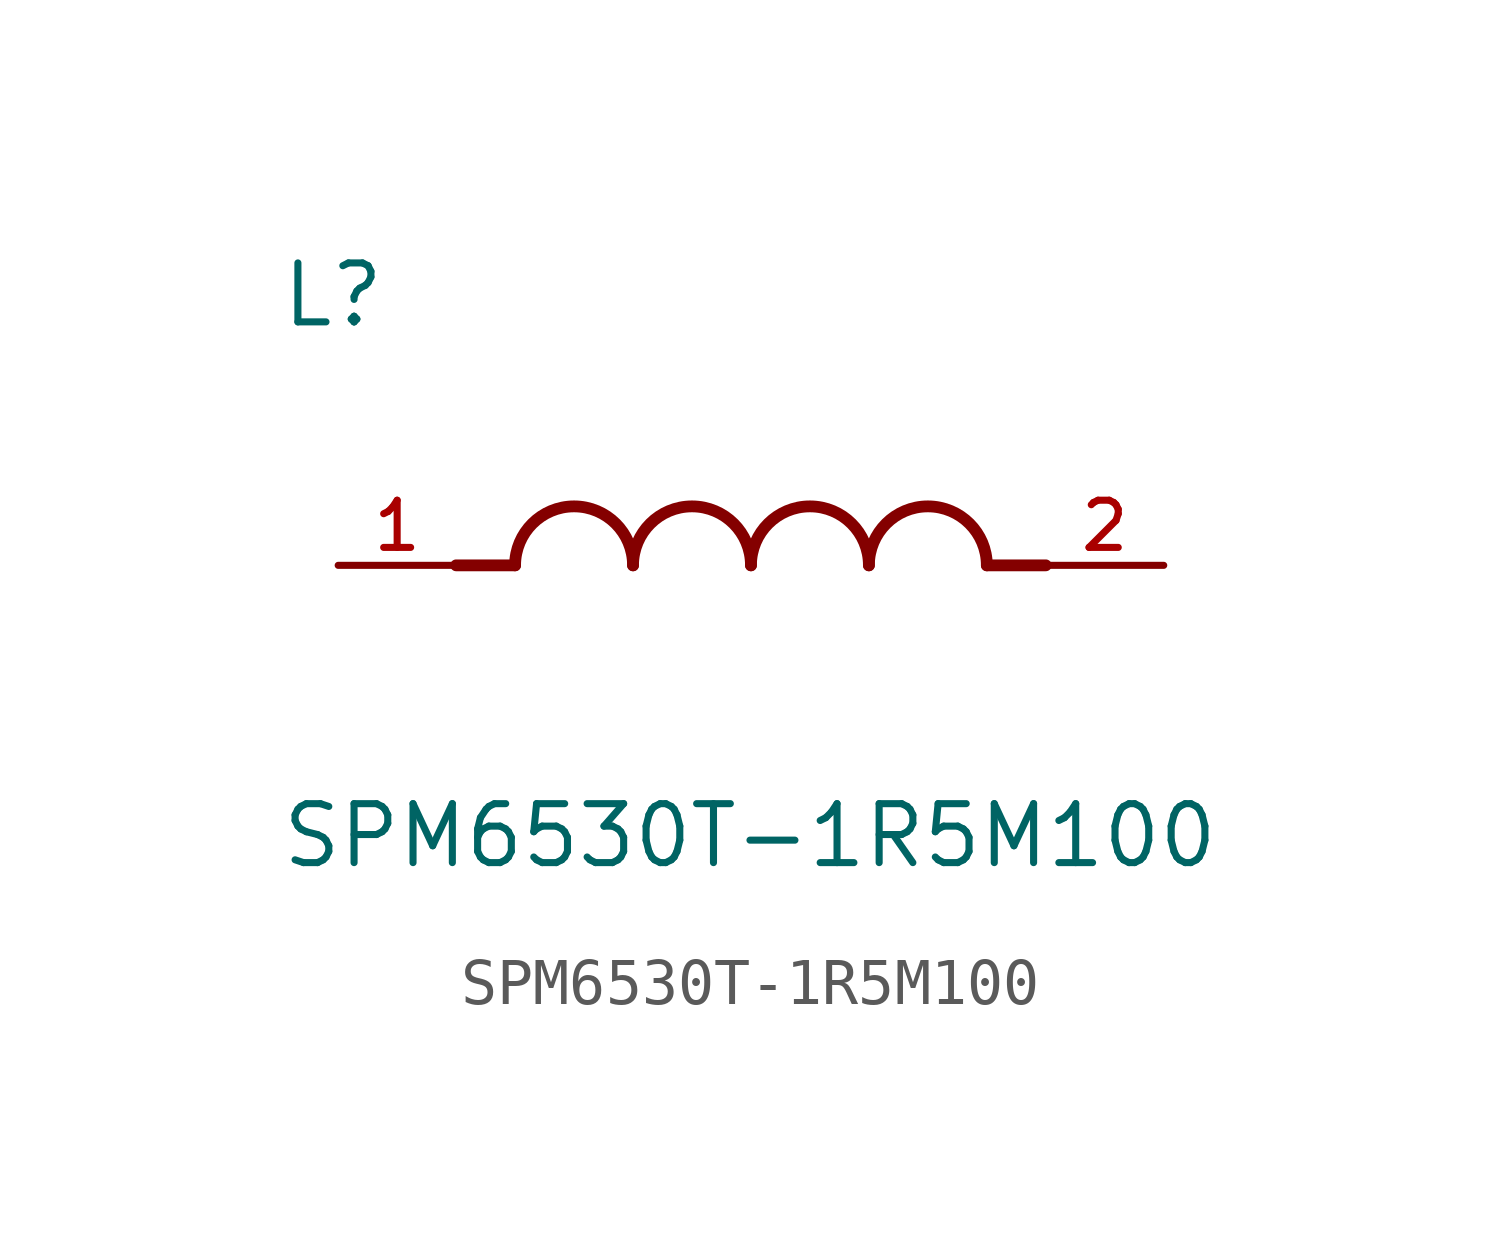
<source format=kicad_sym>
(kicad_symbol_lib
  (version 20241209)
  (generator "kicad_symbol_editor")
  (generator_version "9.0")
  (symbol "SPM6530T-1R5M100"
    (pin_names
      (offset 1.016))
    (property "Reference" "L"
      (at -10.16 5.08 0)
      (effects (font (size 1.27 1.27)) (justify left bottom)))
    (property "Value" "SPM6530T-1R5M100"
      (at -10.16 -5.08 0)
      (effects (font (size 1.27 1.27)) (justify left top)))
    (symbol "SPM6530T-1R5M100_0_0"
      (polyline (pts (xy -5.08 0) (xy -6.35 0)) (stroke (width 0.254) (type default)) (fill (type none)))
      (arc (start -5.08 0) (mid -3.81 1.2645) (end -2.54 0) (stroke (width 0.254) (type default)) (fill (type none)))
      (arc (start -2.54 0) (mid -1.27 1.2645) (end 0 0) (stroke (width 0.254) (type default)) (fill (type none)))
      (arc (start 0 0) (mid 1.27 1.2645) (end 2.54 0) (stroke (width 0.254) (type default)) (fill (type none)))
      (arc (start 2.54 0) (mid 3.81 1.2645) (end 5.08 0) (stroke (width 0.254) (type default)) (fill (type none)))
      (polyline (pts (xy 5.08 0) (xy 6.35 0)) (stroke (width 0.254) (type default)) (fill (type none))))
    (symbol "SPM6530T-1R5M100_1_0"
      (pin passive line (at -8.89 0 0) (length 2.54) (name "~" (effects (font (size 1.016 1.016)))) (number "1" (effects (font (size 1.016 1.016)))))
      (pin passive line (at 8.89 0 180) (length 2.54) (name "~" (effects (font (size 1.016 1.016)))) (number "2" (effects (font (size 1.016 1.016))))))))
</source>
